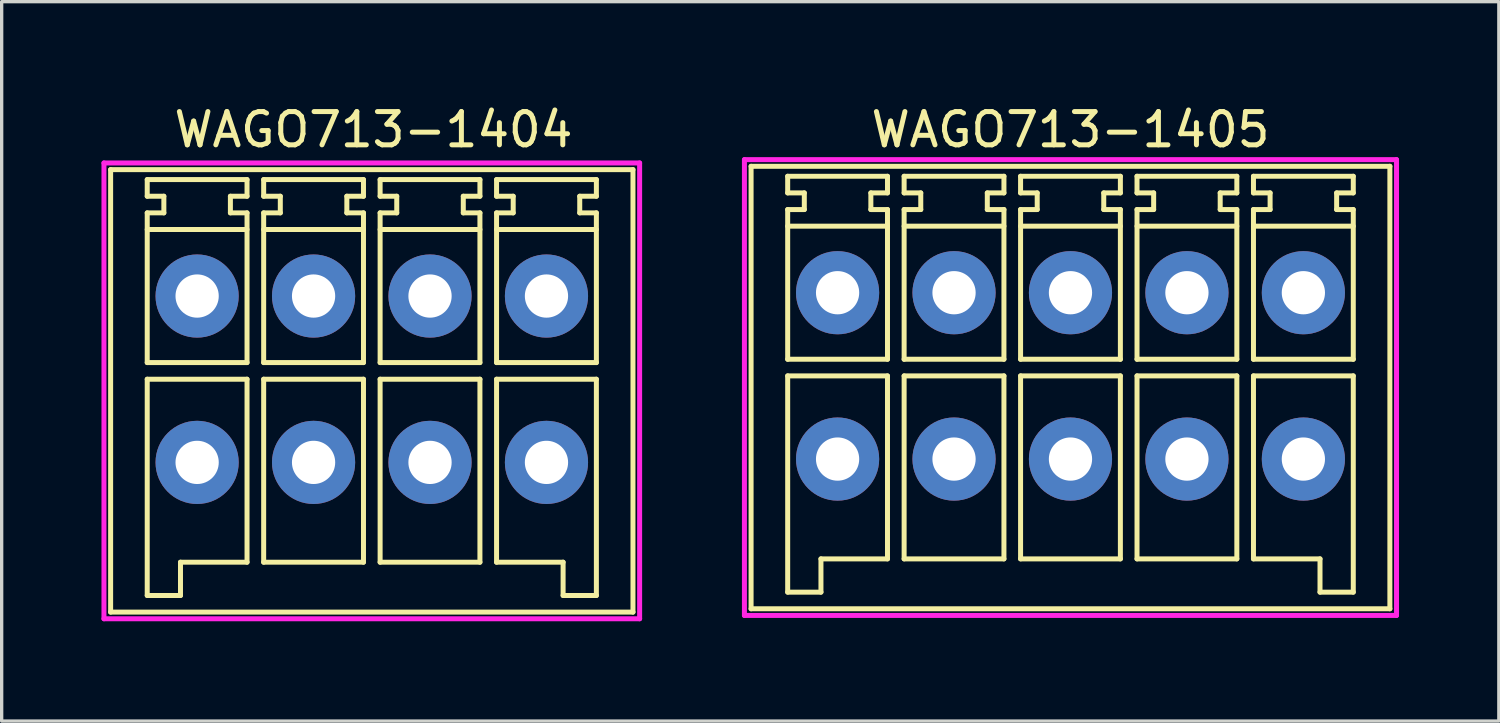
<source format=kicad_pcb>
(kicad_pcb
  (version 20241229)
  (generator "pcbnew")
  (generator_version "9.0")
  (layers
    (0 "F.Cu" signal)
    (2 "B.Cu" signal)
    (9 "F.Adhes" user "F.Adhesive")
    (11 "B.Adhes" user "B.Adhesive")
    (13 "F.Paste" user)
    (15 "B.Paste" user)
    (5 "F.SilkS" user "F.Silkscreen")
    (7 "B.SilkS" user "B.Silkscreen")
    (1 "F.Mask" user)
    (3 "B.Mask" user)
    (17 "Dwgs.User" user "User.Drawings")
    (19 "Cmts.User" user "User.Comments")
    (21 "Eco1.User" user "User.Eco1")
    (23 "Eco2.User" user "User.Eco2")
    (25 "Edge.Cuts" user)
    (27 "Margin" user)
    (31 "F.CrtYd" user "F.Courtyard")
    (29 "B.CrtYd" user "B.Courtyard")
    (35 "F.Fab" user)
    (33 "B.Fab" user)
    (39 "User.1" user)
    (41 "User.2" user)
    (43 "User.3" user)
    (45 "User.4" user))
  (footprint "WAGO713-1405"
    (layer "F.Cu")
    (at 22.125 5.748)
    (property "Reference" "WAGO713-1405" (at 7 -4.9 0) (layer "F.SilkS") (effects (font (size 1 1) (thickness 0.15))))
    (attr through_hole)
    (fp_line (start -2.6 -3.8) (end -2.6 9.5) (stroke (width 0.15) (type solid)) (layer "F.SilkS"))
    (fp_line (start -2.6 9.5) (end 16.6 9.5) (stroke (width 0.15) (type solid)) (layer "F.SilkS"))
    (fp_line (start -1.5 -3.5) (end 1.5 -3.5) (stroke (width 0.15) (type solid)) (layer "F.SilkS"))
    (fp_line (start -1.5 -3) (end -1.5 -3.5) (stroke (width 0.15) (type solid)) (layer "F.SilkS"))
    (fp_line (start -1.5 -2.5) (end -1 -2.5) (stroke (width 0.15) (type solid)) (layer "F.SilkS"))
    (fp_line (start -1.5 2) (end -1.5 -2.5) (stroke (width 0.15) (type solid)) (layer "F.SilkS"))
    (fp_line (start -1.5 2.5) (end -1.5 9) (stroke (width 0.15) (type solid)) (layer "F.SilkS"))
    (fp_line (start -1.5 9) (end -0.5 9) (stroke (width 0.15) (type solid)) (layer "F.SilkS"))
    (fp_line (start -1 -3) (end -1.5 -3) (stroke (width 0.15) (type solid)) (layer "F.SilkS"))
    (fp_line (start -1 -2.5) (end -1 -3) (stroke (width 0.15) (type solid)) (layer "F.SilkS"))
    (fp_line (start -0.5 8) (end 1.5 8) (stroke (width 0.15) (type solid)) (layer "F.SilkS"))
    (fp_line (start -0.5 9) (end -0.5 8) (stroke (width 0.15) (type solid)) (layer "F.SilkS"))
    (fp_line (start 1 -3) (end 1 -2.5) (stroke (width 0.15) (type solid)) (layer "F.SilkS"))
    (fp_line (start 1 -2.5) (end 1.5 -2.5) (stroke (width 0.15) (type solid)) (layer "F.SilkS"))
    (fp_line (start 1.5 -3.5) (end 1.5 -3) (stroke (width 0.15) (type solid)) (layer "F.SilkS"))
    (fp_line (start 1.5 -3) (end 1 -3) (stroke (width 0.15) (type solid)) (layer "F.SilkS"))
    (fp_line (start 1.5 -2.5) (end 1.5 2) (stroke (width 0.15) (type solid)) (layer "F.SilkS"))
    (fp_line (start 1.5 -2) (end -1.5 -2) (stroke (width 0.15) (type solid)) (layer "F.SilkS"))
    (fp_line (start 1.5 2) (end -1.5 2) (stroke (width 0.15) (type solid)) (layer "F.SilkS"))
    (fp_line (start 1.5 2.5) (end -1.5 2.5) (stroke (width 0.15) (type solid)) (layer "F.SilkS"))
    (fp_line (start 1.5 8) (end 1.5 2.5) (stroke (width 0.15) (type solid)) (layer "F.SilkS"))
    (fp_line (start 2 -3.5) (end 2 -3) (stroke (width 0.15) (type solid)) (layer "F.SilkS"))
    (fp_line (start 2 -3) (end 2.5 -3) (stroke (width 0.15) (type solid)) (layer "F.SilkS"))
    (fp_line (start 2 -2.5) (end 2 2) (stroke (width 0.15) (type solid)) (layer "F.SilkS"))
    (fp_line (start 2 2) (end 5 2) (stroke (width 0.15) (type solid)) (layer "F.SilkS"))
    (fp_line (start 2 2.5) (end 2 8) (stroke (width 0.15) (type solid)) (layer "F.SilkS"))
    (fp_line (start 2 8) (end 5 8) (stroke (width 0.15) (type solid)) (layer "F.SilkS"))
    (fp_line (start 2.5 -3) (end 2.5 -2.5) (stroke (width 0.15) (type solid)) (layer "F.SilkS"))
    (fp_line (start 2.5 -2.5) (end 2 -2.5) (stroke (width 0.15) (type solid)) (layer "F.SilkS"))
    (fp_line (start 4.5 -3) (end 5 -3) (stroke (width 0.15) (type solid)) (layer "F.SilkS"))
    (fp_line (start 4.5 -2.5) (end 4.5 -3) (stroke (width 0.15) (type solid)) (layer "F.SilkS"))
    (fp_line (start 5 -3.5) (end 2 -3.5) (stroke (width 0.15) (type solid)) (layer "F.SilkS"))
    (fp_line (start 5 -3) (end 5 -3.5) (stroke (width 0.15) (type solid)) (layer "F.SilkS"))
    (fp_line (start 5 -2.5) (end 4.5 -2.5) (stroke (width 0.15) (type solid)) (layer "F.SilkS"))
    (fp_line (start 5 -2) (end 2 -2) (stroke (width 0.15) (type solid)) (layer "F.SilkS"))
    (fp_line (start 5 2) (end 5 -2.5) (stroke (width 0.15) (type solid)) (layer "F.SilkS"))
    (fp_line (start 5 2.5) (end 2 2.5) (stroke (width 0.15) (type solid)) (layer "F.SilkS"))
    (fp_line (start 5 8) (end 5 2.5) (stroke (width 0.15) (type solid)) (layer "F.SilkS"))
    (fp_line (start 5.5 -3.5) (end 5.5 -3) (stroke (width 0.15) (type solid)) (layer "F.SilkS"))
    (fp_line (start 5.5 -3) (end 6 -3) (stroke (width 0.15) (type solid)) (layer "F.SilkS"))
    (fp_line (start 5.5 -2.5) (end 5.5 2) (stroke (width 0.15) (type solid)) (layer "F.SilkS"))
    (fp_line (start 5.5 2) (end 8.5 2) (stroke (width 0.15) (type solid)) (layer "F.SilkS"))
    (fp_line (start 5.5 2.5) (end 5.5 8) (stroke (width 0.15) (type solid)) (layer "F.SilkS"))
    (fp_line (start 5.5 8) (end 8.5 8) (stroke (width 0.15) (type solid)) (layer "F.SilkS"))
    (fp_line (start 6 -3) (end 6 -2.5) (stroke (width 0.15) (type solid)) (layer "F.SilkS"))
    (fp_line (start 6 -2.5) (end 5.5 -2.5) (stroke (width 0.15) (type solid)) (layer "F.SilkS"))
    (fp_line (start 8 -3) (end 8.5 -3) (stroke (width 0.15) (type solid)) (layer "F.SilkS"))
    (fp_line (start 8 -2.5) (end 8 -3) (stroke (width 0.15) (type solid)) (layer "F.SilkS"))
    (fp_line (start 8.5 -3.5) (end 5.5 -3.5) (stroke (width 0.15) (type solid)) (layer "F.SilkS"))
    (fp_line (start 8.5 -3) (end 8.5 -3.5) (stroke (width 0.15) (type solid)) (layer "F.SilkS"))
    (fp_line (start 8.5 -2.5) (end 8 -2.5) (stroke (width 0.15) (type solid)) (layer "F.SilkS"))
    (fp_line (start 8.5 -2) (end 5.5 -2) (stroke (width 0.15) (type solid)) (layer "F.SilkS"))
    (fp_line (start 8.5 2) (end 8.5 -2.5) (stroke (width 0.15) (type solid)) (layer "F.SilkS"))
    (fp_line (start 8.5 2.5) (end 5.5 2.5) (stroke (width 0.15) (type solid)) (layer "F.SilkS"))
    (fp_line (start 8.5 8) (end 8.5 2.5) (stroke (width 0.15) (type solid)) (layer "F.SilkS"))
    (fp_line (start 9 -3.5) (end 9 -3) (stroke (width 0.15) (type solid)) (layer "F.SilkS"))
    (fp_line (start 9 -3) (end 9.5 -3) (stroke (width 0.15) (type solid)) (layer "F.SilkS"))
    (fp_line (start 9 -2.5) (end 9 2) (stroke (width 0.15) (type solid)) (layer "F.SilkS"))
    (fp_line (start 9 2) (end 12 2) (stroke (width 0.15) (type solid)) (layer "F.SilkS"))
    (fp_line (start 9 2.5) (end 9 8) (stroke (width 0.15) (type solid)) (layer "F.SilkS"))
    (fp_line (start 9 8) (end 12 8) (stroke (width 0.15) (type solid)) (layer "F.SilkS"))
    (fp_line (start 9.5 -3) (end 9.5 -2.5) (stroke (width 0.15) (type solid)) (layer "F.SilkS"))
    (fp_line (start 9.5 -2.5) (end 9 -2.5) (stroke (width 0.15) (type solid)) (layer "F.SilkS"))
    (fp_line (start 11.5 -3) (end 12 -3) (stroke (width 0.15) (type solid)) (layer "F.SilkS"))
    (fp_line (start 11.5 -2.5) (end 11.5 -3) (stroke (width 0.15) (type solid)) (layer "F.SilkS"))
    (fp_line (start 12 -3.5) (end 9 -3.5) (stroke (width 0.15) (type solid)) (layer "F.SilkS"))
    (fp_line (start 12 -3) (end 12 -3.5) (stroke (width 0.15) (type solid)) (layer "F.SilkS"))
    (fp_line (start 12 -2.5) (end 11.5 -2.5) (stroke (width 0.15) (type solid)) (layer "F.SilkS"))
    (fp_line (start 12 -2) (end 9 -2) (stroke (width 0.15) (type solid)) (layer "F.SilkS"))
    (fp_line (start 12 2) (end 12 -2.5) (stroke (width 0.15) (type solid)) (layer "F.SilkS"))
    (fp_line (start 12 2.5) (end 9 2.5) (stroke (width 0.15) (type solid)) (layer "F.SilkS"))
    (fp_line (start 12 8) (end 12 2.5) (stroke (width 0.15) (type solid)) (layer "F.SilkS"))
    (fp_line (start 12.5 -3.5) (end 15.5 -3.5) (stroke (width 0.15) (type solid)) (layer "F.SilkS"))
    (fp_line (start 12.5 -3) (end 12.5 -3.5) (stroke (width 0.15) (type solid)) (layer "F.SilkS"))
    (fp_line (start 12.5 -2.5) (end 13 -2.5) (stroke (width 0.15) (type solid)) (layer "F.SilkS"))
    (fp_line (start 12.5 -2) (end 15.5 -2) (stroke (width 0.15) (type solid)) (layer "F.SilkS"))
    (fp_line (start 12.5 2) (end 12.5 -2.5) (stroke (width 0.15) (type solid)) (layer "F.SilkS"))
    (fp_line (start 12.5 2.5) (end 12.5 8) (stroke (width 0.15) (type solid)) (layer "F.SilkS"))
    (fp_line (start 12.5 8) (end 14.5 8) (stroke (width 0.15) (type solid)) (layer "F.SilkS"))
    (fp_line (start 13 -3) (end 12.5 -3) (stroke (width 0.15) (type solid)) (layer "F.SilkS"))
    (fp_line (start 13 -2.5) (end 13 -3) (stroke (width 0.15) (type solid)) (layer "F.SilkS"))
    (fp_line (start 14.5 8) (end 14.5 9) (stroke (width 0.15) (type solid)) (layer "F.SilkS"))
    (fp_line (start 14.5 9) (end 15.5 9) (stroke (width 0.15) (type solid)) (layer "F.SilkS"))
    (fp_line (start 15 -3) (end 15 -2.5) (stroke (width 0.15) (type solid)) (layer "F.SilkS"))
    (fp_line (start 15 -2.5) (end 15.5 -2.5) (stroke (width 0.15) (type solid)) (layer "F.SilkS"))
    (fp_line (start 15.5 -3.5) (end 15.5 -3) (stroke (width 0.15) (type solid)) (layer "F.SilkS"))
    (fp_line (start 15.5 -3) (end 15 -3) (stroke (width 0.15) (type solid)) (layer "F.SilkS"))
    (fp_line (start 15.5 -2.5) (end 15.5 2) (stroke (width 0.15) (type solid)) (layer "F.SilkS"))
    (fp_line (start 15.5 2) (end 12.5 2) (stroke (width 0.15) (type solid)) (layer "F.SilkS"))
    (fp_line (start 15.5 2.5) (end 12.5 2.5) (stroke (width 0.15) (type solid)) (layer "F.SilkS"))
    (fp_line (start 15.5 9) (end 15.5 2.5) (stroke (width 0.15) (type solid)) (layer "F.SilkS"))
    (fp_line (start 16.6 -3.8) (end -2.6 -3.8) (stroke (width 0.15) (type solid)) (layer "F.SilkS"))
    (fp_line (start 16.6 9.5) (end 16.6 -3.8) (stroke (width 0.15) (type solid)) (layer "F.SilkS"))
    (fp_line (start -2.8 -4) (end 16.8 -4) (stroke (width 0.15) (type solid)) (layer "F.CrtYd"))
    (fp_line (start -2.8 9.7) (end -2.8 -4) (stroke (width 0.15) (type solid)) (layer "F.CrtYd"))
    (fp_line (start 16.8 -4) (end 16.8 9.7) (stroke (width 0.15) (type solid)) (layer "F.CrtYd"))
    (fp_line (start 16.8 9.7) (end -2.8 9.7) (stroke (width 0.15) (type solid)) (layer "F.CrtYd"))
    (pad "1" thru_hole circle (at 0 0) (size 2.5 2.5) (drill 1.3) (layers "*.Cu" "*.Mask"))
    (pad "2" thru_hole circle (at 0 5) (size 2.5 2.5) (drill 1.3) (layers "*.Cu" "*.Mask"))
    (pad "3" thru_hole circle (at 3.5 0) (size 2.5 2.5) (drill 1.3) (layers "*.Cu" "*.Mask"))
    (pad "4" thru_hole circle (at 3.5 5) (size 2.5 2.5) (drill 1.3) (layers "*.Cu" "*.Mask"))
    (pad "5" thru_hole circle (at 7 0) (size 2.5 2.5) (drill 1.3) (layers "*.Cu" "*.Mask"))
    (pad "6" thru_hole circle (at 7 5) (size 2.5 2.5) (drill 1.3) (layers "*.Cu" "*.Mask"))
    (pad "7" thru_hole circle (at 10.5 0) (size 2.5 2.5) (drill 1.3) (layers "*.Cu" "*.Mask"))
    (pad "8" thru_hole circle (at 10.5 5) (size 2.5 2.5) (drill 1.3) (layers "*.Cu" "*.Mask"))
    (pad "9" thru_hole circle (at 14 0) (size 2.5 2.5) (drill 1.3) (layers "*.Cu" "*.Mask"))
    (pad "10" thru_hole circle (at 14 5) (size 2.5 2.5) (drill 1.3) (layers "*.Cu" "*.Mask")))
  (footprint "WAGO713-1404"
    (layer "F.Cu")
    (at 2.875 5.848)
    (property "Reference" "WAGO713-1404" (at 5.3 -5 0) (layer "F.SilkS") (effects (font (size 1 1) (thickness 0.15))))
    (attr through_hole)
    (fp_line (start -2.6 -3.8) (end -2.6 9.5) (stroke (width 0.15) (type solid)) (layer "F.SilkS"))
    (fp_line (start -2.6 9.5) (end 13.1 9.5) (stroke (width 0.15) (type solid)) (layer "F.SilkS"))
    (fp_line (start -1.5 -3.5) (end 1.5 -3.5) (stroke (width 0.15) (type solid)) (layer "F.SilkS"))
    (fp_line (start -1.5 -3) (end -1.5 -3.5) (stroke (width 0.15) (type solid)) (layer "F.SilkS"))
    (fp_line (start -1.5 -2.5) (end -1 -2.5) (stroke (width 0.15) (type solid)) (layer "F.SilkS"))
    (fp_line (start -1.5 2) (end -1.5 -2.5) (stroke (width 0.15) (type solid)) (layer "F.SilkS"))
    (fp_line (start -1.5 2.5) (end -1.5 9) (stroke (width 0.15) (type solid)) (layer "F.SilkS"))
    (fp_line (start -1.5 9) (end -0.5 9) (stroke (width 0.15) (type solid)) (layer "F.SilkS"))
    (fp_line (start -1 -3) (end -1.5 -3) (stroke (width 0.15) (type solid)) (layer "F.SilkS"))
    (fp_line (start -1 -2.5) (end -1 -3) (stroke (width 0.15) (type solid)) (layer "F.SilkS"))
    (fp_line (start -0.5 8) (end 1.5 8) (stroke (width 0.15) (type solid)) (layer "F.SilkS"))
    (fp_line (start -0.5 9) (end -0.5 8) (stroke (width 0.15) (type solid)) (layer "F.SilkS"))
    (fp_line (start 1 -3) (end 1 -2.5) (stroke (width 0.15) (type solid)) (layer "F.SilkS"))
    (fp_line (start 1 -2.5) (end 1.5 -2.5) (stroke (width 0.15) (type solid)) (layer "F.SilkS"))
    (fp_line (start 1.5 -3.5) (end 1.5 -3) (stroke (width 0.15) (type solid)) (layer "F.SilkS"))
    (fp_line (start 1.5 -3) (end 1 -3) (stroke (width 0.15) (type solid)) (layer "F.SilkS"))
    (fp_line (start 1.5 -2.5) (end 1.5 2) (stroke (width 0.15) (type solid)) (layer "F.SilkS"))
    (fp_line (start 1.5 -2) (end -1.5 -2) (stroke (width 0.15) (type solid)) (layer "F.SilkS"))
    (fp_line (start 1.5 2) (end -1.5 2) (stroke (width 0.15) (type solid)) (layer "F.SilkS"))
    (fp_line (start 1.5 2.5) (end -1.5 2.5) (stroke (width 0.15) (type solid)) (layer "F.SilkS"))
    (fp_line (start 1.5 8) (end 1.5 2.5) (stroke (width 0.15) (type solid)) (layer "F.SilkS"))
    (fp_line (start 2 -3.5) (end 2 -3) (stroke (width 0.15) (type solid)) (layer "F.SilkS"))
    (fp_line (start 2 -3) (end 2.5 -3) (stroke (width 0.15) (type solid)) (layer "F.SilkS"))
    (fp_line (start 2 -2.5) (end 2 2) (stroke (width 0.15) (type solid)) (layer "F.SilkS"))
    (fp_line (start 2 2) (end 5 2) (stroke (width 0.15) (type solid)) (layer "F.SilkS"))
    (fp_line (start 2 2.5) (end 2 8) (stroke (width 0.15) (type solid)) (layer "F.SilkS"))
    (fp_line (start 2 8) (end 5 8) (stroke (width 0.15) (type solid)) (layer "F.SilkS"))
    (fp_line (start 2.5 -3) (end 2.5 -2.5) (stroke (width 0.15) (type solid)) (layer "F.SilkS"))
    (fp_line (start 2.5 -2.5) (end 2 -2.5) (stroke (width 0.15) (type solid)) (layer "F.SilkS"))
    (fp_line (start 4.5 -3) (end 5 -3) (stroke (width 0.15) (type solid)) (layer "F.SilkS"))
    (fp_line (start 4.5 -2.5) (end 4.5 -3) (stroke (width 0.15) (type solid)) (layer "F.SilkS"))
    (fp_line (start 5 -3.5) (end 2 -3.5) (stroke (width 0.15) (type solid)) (layer "F.SilkS"))
    (fp_line (start 5 -3) (end 5 -3.5) (stroke (width 0.15) (type solid)) (layer "F.SilkS"))
    (fp_line (start 5 -2.5) (end 4.5 -2.5) (stroke (width 0.15) (type solid)) (layer "F.SilkS"))
    (fp_line (start 5 -2) (end 2 -2) (stroke (width 0.15) (type solid)) (layer "F.SilkS"))
    (fp_line (start 5 2) (end 5 -2.5) (stroke (width 0.15) (type solid)) (layer "F.SilkS"))
    (fp_line (start 5 2.5) (end 2 2.5) (stroke (width 0.15) (type solid)) (layer "F.SilkS"))
    (fp_line (start 5 8) (end 5 2.5) (stroke (width 0.15) (type solid)) (layer "F.SilkS"))
    (fp_line (start 5.5 -3.5) (end 5.5 -3) (stroke (width 0.15) (type solid)) (layer "F.SilkS"))
    (fp_line (start 5.5 -3) (end 6 -3) (stroke (width 0.15) (type solid)) (layer "F.SilkS"))
    (fp_line (start 5.5 -2.5) (end 5.5 2) (stroke (width 0.15) (type solid)) (layer "F.SilkS"))
    (fp_line (start 5.5 2) (end 8.5 2) (stroke (width 0.15) (type solid)) (layer "F.SilkS"))
    (fp_line (start 5.5 2.5) (end 5.5 8) (stroke (width 0.15) (type solid)) (layer "F.SilkS"))
    (fp_line (start 5.5 8) (end 8.5 8) (stroke (width 0.15) (type solid)) (layer "F.SilkS"))
    (fp_line (start 6 -3) (end 6 -2.5) (stroke (width 0.15) (type solid)) (layer "F.SilkS"))
    (fp_line (start 6 -2.5) (end 5.5 -2.5) (stroke (width 0.15) (type solid)) (layer "F.SilkS"))
    (fp_line (start 8 -3) (end 8.5 -3) (stroke (width 0.15) (type solid)) (layer "F.SilkS"))
    (fp_line (start 8 -2.5) (end 8 -3) (stroke (width 0.15) (type solid)) (layer "F.SilkS"))
    (fp_line (start 8.5 -3.5) (end 5.5 -3.5) (stroke (width 0.15) (type solid)) (layer "F.SilkS"))
    (fp_line (start 8.5 -3) (end 8.5 -3.5) (stroke (width 0.15) (type solid)) (layer "F.SilkS"))
    (fp_line (start 8.5 -2.5) (end 8 -2.5) (stroke (width 0.15) (type solid)) (layer "F.SilkS"))
    (fp_line (start 8.5 -2) (end 5.5 -2) (stroke (width 0.15) (type solid)) (layer "F.SilkS"))
    (fp_line (start 8.5 2) (end 8.5 -2.5) (stroke (width 0.15) (type solid)) (layer "F.SilkS"))
    (fp_line (start 8.5 2.5) (end 5.5 2.5) (stroke (width 0.15) (type solid)) (layer "F.SilkS"))
    (fp_line (start 8.5 8) (end 8.5 2.5) (stroke (width 0.15) (type solid)) (layer "F.SilkS"))
    (fp_line (start 9 -3.5) (end 12 -3.5) (stroke (width 0.15) (type solid)) (layer "F.SilkS"))
    (fp_line (start 9 -3) (end 9 -3.5) (stroke (width 0.15) (type solid)) (layer "F.SilkS"))
    (fp_line (start 9 -2.5) (end 9.5 -2.5) (stroke (width 0.15) (type solid)) (layer "F.SilkS"))
    (fp_line (start 9 -2) (end 12 -2) (stroke (width 0.15) (type solid)) (layer "F.SilkS"))
    (fp_line (start 9 2) (end 9 -2.5) (stroke (width 0.15) (type solid)) (layer "F.SilkS"))
    (fp_line (start 9 2.5) (end 9 8) (stroke (width 0.15) (type solid)) (layer "F.SilkS"))
    (fp_line (start 9 8) (end 11 8) (stroke (width 0.15) (type solid)) (layer "F.SilkS"))
    (fp_line (start 9.5 -3) (end 9 -3) (stroke (width 0.15) (type solid)) (layer "F.SilkS"))
    (fp_line (start 9.5 -2.5) (end 9.5 -3) (stroke (width 0.15) (type solid)) (layer "F.SilkS"))
    (fp_line (start 11 8) (end 11 9) (stroke (width 0.15) (type solid)) (layer "F.SilkS"))
    (fp_line (start 11 9) (end 12 9) (stroke (width 0.15) (type solid)) (layer "F.SilkS"))
    (fp_line (start 11.5 -3) (end 11.5 -2.5) (stroke (width 0.15) (type solid)) (layer "F.SilkS"))
    (fp_line (start 11.5 -2.5) (end 12 -2.5) (stroke (width 0.15) (type solid)) (layer "F.SilkS"))
    (fp_line (start 12 -3.5) (end 12 -3) (stroke (width 0.15) (type solid)) (layer "F.SilkS"))
    (fp_line (start 12 -3) (end 11.5 -3) (stroke (width 0.15) (type solid)) (layer "F.SilkS"))
    (fp_line (start 12 -2.5) (end 12 2) (stroke (width 0.15) (type solid)) (layer "F.SilkS"))
    (fp_line (start 12 2) (end 9 2) (stroke (width 0.15) (type solid)) (layer "F.SilkS"))
    (fp_line (start 12 2.5) (end 9 2.5) (stroke (width 0.15) (type solid)) (layer "F.SilkS"))
    (fp_line (start 12 9) (end 12 2.5) (stroke (width 0.15) (type solid)) (layer "F.SilkS"))
    (fp_line (start 13.1 -3.8) (end -2.6 -3.8) (stroke (width 0.15) (type solid)) (layer "F.SilkS"))
    (fp_line (start 13.1 9.5) (end 13.1 -3.8) (stroke (width 0.15) (type solid)) (layer "F.SilkS"))
    (fp_line (start -2.8 -4) (end 13.3 -4) (stroke (width 0.15) (type solid)) (layer "F.CrtYd"))
    (fp_line (start -2.8 9.7) (end -2.8 -4) (stroke (width 0.15) (type solid)) (layer "F.CrtYd"))
    (fp_line (start 13.3 -4) (end 13.3 9.7) (stroke (width 0.15) (type solid)) (layer "F.CrtYd"))
    (fp_line (start 13.3 9.7) (end -2.8 9.7) (stroke (width 0.15) (type solid)) (layer "F.CrtYd"))
    (pad "1" thru_hole circle (at 0 0) (size 2.5 2.5) (drill 1.3) (layers "*.Cu" "*.Mask"))
    (pad "2" thru_hole circle (at 0 5) (size 2.5 2.5) (drill 1.3) (layers "*.Cu" "*.Mask"))
    (pad "3" thru_hole circle (at 3.5 0) (size 2.5 2.5) (drill 1.3) (layers "*.Cu" "*.Mask"))
    (pad "4" thru_hole circle (at 3.5 5) (size 2.5 2.5) (drill 1.3) (layers "*.Cu" "*.Mask"))
    (pad "5" thru_hole circle (at 7 0) (size 2.5 2.5) (drill 1.3) (layers "*.Cu" "*.Mask"))
    (pad "6" thru_hole circle (at 7 5) (size 2.5 2.5) (drill 1.3) (layers "*.Cu" "*.Mask"))
    (pad "7" thru_hole circle (at 10.5 0) (size 2.5 2.5) (drill 1.3) (layers "*.Cu" "*.Mask"))
    (pad "8" thru_hole circle (at 10.5 5) (size 2.5 2.5) (drill 1.3) (layers "*.Cu" "*.Mask")))
  (gr_rect
    (start -3 -3)
    (end 42 18.623)
    (stroke (width 0.1) (type default))
    (fill no)
    (layer "Edge.Cuts")))
</source>
